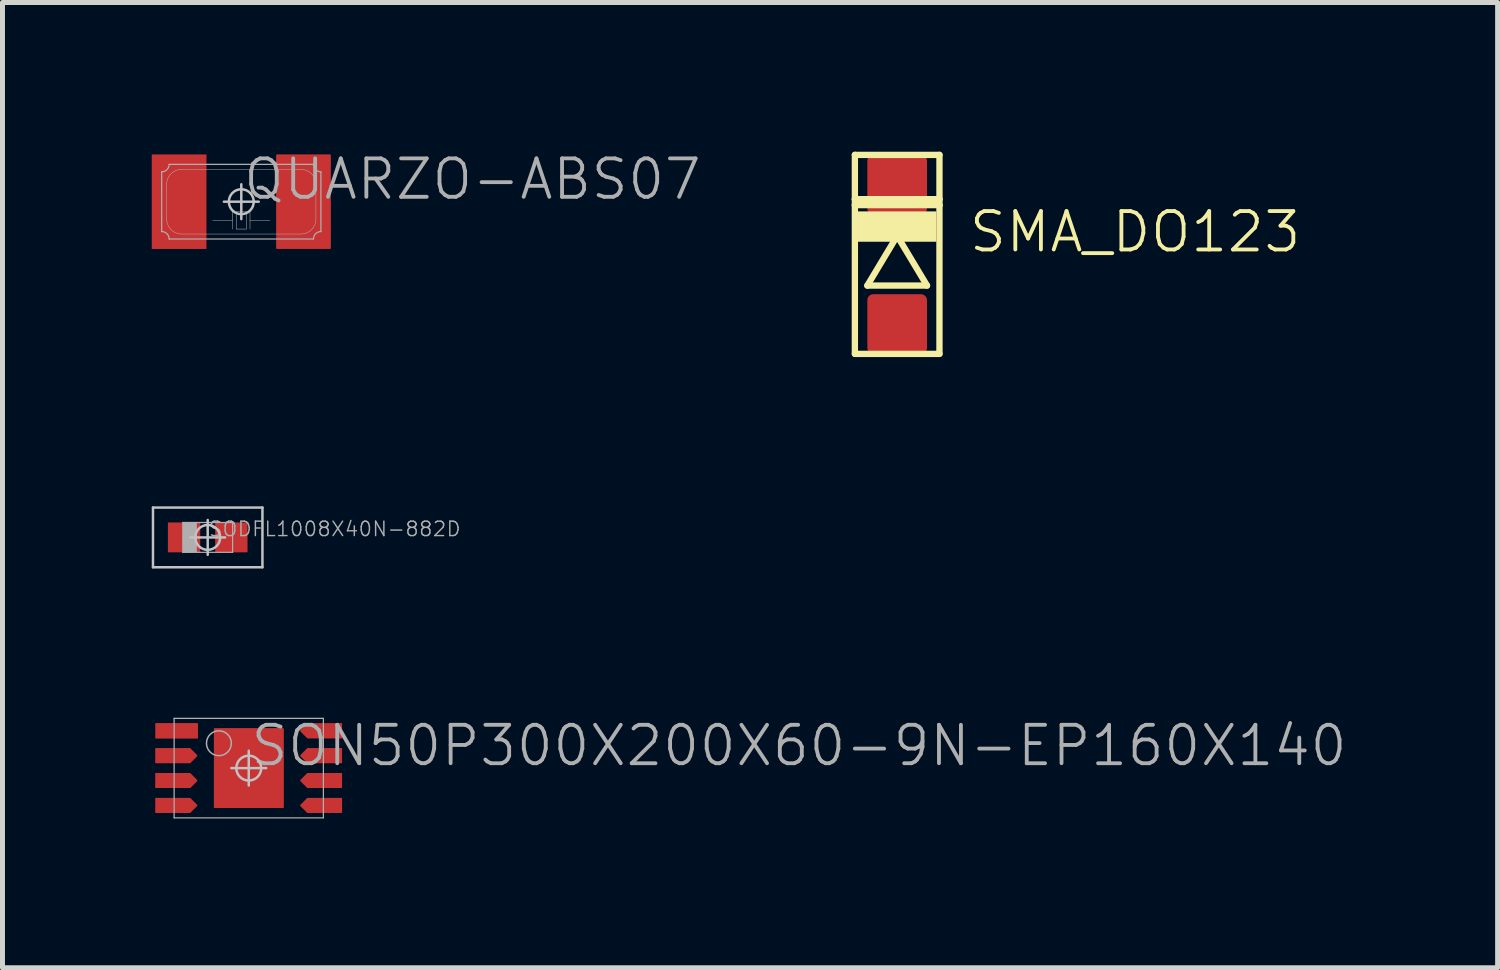
<source format=kicad_pcb>
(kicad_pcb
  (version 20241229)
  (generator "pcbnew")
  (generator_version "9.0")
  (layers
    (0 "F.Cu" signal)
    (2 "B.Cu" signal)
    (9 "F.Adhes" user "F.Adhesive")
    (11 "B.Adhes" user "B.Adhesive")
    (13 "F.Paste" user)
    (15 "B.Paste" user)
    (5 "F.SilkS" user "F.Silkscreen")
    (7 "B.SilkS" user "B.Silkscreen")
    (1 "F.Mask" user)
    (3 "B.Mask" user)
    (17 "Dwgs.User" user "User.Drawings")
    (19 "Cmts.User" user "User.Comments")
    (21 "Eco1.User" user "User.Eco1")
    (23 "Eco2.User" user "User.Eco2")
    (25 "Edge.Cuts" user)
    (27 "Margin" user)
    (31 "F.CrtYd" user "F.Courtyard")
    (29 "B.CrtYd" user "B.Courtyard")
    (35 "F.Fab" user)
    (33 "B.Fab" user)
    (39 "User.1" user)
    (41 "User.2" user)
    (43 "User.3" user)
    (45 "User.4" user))
  (footprint "SODFL1008X40N-882D"
    (layer "F.Cu")
    (at 1.125 7.752)
    (property "Reference" "SODFL1008X40N-882D" (at 0 0 0) (layer "F.Fab") (effects (font (size 0.29 0.29) (thickness 0.029)) (justify left bottom)))
    (attr through_hole)
    (fp_line (start -1.1 -0.6) (end -1.1 0.6) (stroke (width 0.05) (type solid)) (layer "Dwgs.User"))
    (fp_line (start -1.1 0.6) (end 1.1 0.6) (stroke (width 0.05) (type solid)) (layer "Dwgs.User"))
    (fp_line (start -0.35 0) (end 0.35 0) (stroke (width 0.05) (type solid)) (layer "Dwgs.User"))
    (fp_line (start 0 0.35) (end 0 -0.35) (stroke (width 0.05) (type solid)) (layer "Dwgs.User"))
    (fp_line (start 1.1 -0.6) (end -1.1 -0.6) (stroke (width 0.05) (type solid)) (layer "Dwgs.User"))
    (fp_line (start 1.1 0.6) (end 1.1 -0.6) (stroke (width 0.05) (type solid)) (layer "Dwgs.User"))
    (fp_circle (center 0 0) (end 0.25 0) (stroke (width 0.05) (type solid)) (fill no) (layer "Dwgs.User"))
    (fp_line (start -0.5 -0.3) (end -0.5 0.3) (stroke (width 0.025) (type solid)) (layer "F.Fab"))
    (fp_line (start -0.5 0.3) (end 0.5 0.3) (stroke (width 0.025) (type solid)) (layer "F.Fab"))
    (fp_line (start -0.495 -0.295) (end -0.495 0.295) (stroke (width 0.01) (type solid)) (layer "F.Fab"))
    (fp_line (start -0.495 0.295) (end -0.225 0.295) (stroke (width 0.01) (type solid)) (layer "F.Fab"))
    (fp_line (start -0.49 -0.29) (end -0.49 0.29) (stroke (width 0.01) (type solid)) (layer "F.Fab"))
    (fp_line (start -0.49 0.29) (end -0.23 0.29) (stroke (width 0.01) (type solid)) (layer "F.Fab"))
    (fp_line (start -0.48 -0.28) (end -0.48 0.28) (stroke (width 0.025) (type solid)) (layer "F.Fab"))
    (fp_line (start -0.48 0.28) (end -0.24 0.28) (stroke (width 0.025) (type solid)) (layer "F.Fab"))
    (fp_line (start -0.467 -0.268) (end -0.467 0.267) (stroke (width 0.025) (type solid)) (layer "F.Fab"))
    (fp_line (start -0.467 0.267) (end -0.252 0.267) (stroke (width 0.025) (type solid)) (layer "F.Fab"))
    (fp_line (start -0.455 -0.255) (end -0.455 0.255) (stroke (width 0.05) (type solid)) (layer "F.Fab"))
    (fp_line (start -0.455 0.255) (end -0.265 0.255) (stroke (width 0.05) (type solid)) (layer "F.Fab"))
    (fp_line (start -0.43 -0.23) (end -0.43 0.23) (stroke (width 0.1) (type solid)) (layer "F.Fab"))
    (fp_line (start -0.43 0.23) (end -0.29 0.23) (stroke (width 0.1) (type solid)) (layer "F.Fab"))
    (fp_line (start -0.38 -0.18) (end -0.38 0.18) (stroke (width 0.2) (type solid)) (layer "F.Fab"))
    (fp_line (start -0.38 0.18) (end -0.34 0.18) (stroke (width 0.2) (type solid)) (layer "F.Fab"))
    (fp_line (start -0.34 -0.18) (end -0.38 -0.18) (stroke (width 0.2) (type solid)) (layer "F.Fab"))
    (fp_line (start -0.34 0.18) (end -0.34 -0.18) (stroke (width 0.2) (type solid)) (layer "F.Fab"))
    (fp_line (start -0.29 -0.23) (end -0.43 -0.23) (stroke (width 0.1) (type solid)) (layer "F.Fab"))
    (fp_line (start -0.29 0.23) (end -0.29 -0.23) (stroke (width 0.1) (type solid)) (layer "F.Fab"))
    (fp_line (start -0.265 -0.255) (end -0.455 -0.255) (stroke (width 0.05) (type solid)) (layer "F.Fab"))
    (fp_line (start -0.265 0.255) (end -0.265 -0.255) (stroke (width 0.05) (type solid)) (layer "F.Fab"))
    (fp_line (start -0.252 -0.268) (end -0.467 -0.268) (stroke (width 0.025) (type solid)) (layer "F.Fab"))
    (fp_line (start -0.252 0.267) (end -0.252 -0.268) (stroke (width 0.025) (type solid)) (layer "F.Fab"))
    (fp_line (start -0.24 -0.28) (end -0.48 -0.28) (stroke (width 0.025) (type solid)) (layer "F.Fab"))
    (fp_line (start -0.24 0.28) (end -0.24 -0.28) (stroke (width 0.025) (type solid)) (layer "F.Fab"))
    (fp_line (start -0.23 -0.29) (end -0.49 -0.29) (stroke (width 0.01) (type solid)) (layer "F.Fab"))
    (fp_line (start -0.23 0.29) (end -0.23 -0.29) (stroke (width 0.01) (type solid)) (layer "F.Fab"))
    (fp_line (start -0.225 -0.295) (end -0.495 -0.295) (stroke (width 0.01) (type solid)) (layer "F.Fab"))
    (fp_line (start -0.225 0.295) (end -0.225 -0.295) (stroke (width 0.01) (type solid)) (layer "F.Fab"))
    (fp_line (start 0.5 -0.3) (end -0.5 -0.3) (stroke (width 0.025) (type solid)) (layer "F.Fab"))
    (fp_line (start 0.5 0.3) (end 0.5 -0.3) (stroke (width 0.025) (type solid)) (layer "F.Fab"))
    (pad "A" smd roundrect (at 0.475 0) (size 0.65 0.6) (layers "F.Cu" "F.Mask" "F.Paste") (roundrect_rratio 0.015))
    (pad "C" smd roundrect (at -0.475 0) (size 0.65 0.6) (layers "F.Cu" "F.Mask" "F.Paste") (roundrect_rratio 0.015)))
  (footprint "SON50P300X200X60-9N-EP160X140"
    (layer "F.Cu")
    (at 1.95 12.389)
    (property "Reference" "SON50P300X200X60-9N-EP160X140" (at 0 0 0) (layer "F.Fab") (effects (font (size 0.772 0.772) (thickness 0.077)) (justify left bottom)))
    (attr through_hole)
    (fp_poly (pts (xy -1.873 -0.902) (xy -1.022 -0.902) (xy -1.022 -0.597) (xy -1.873 -0.597)) (stroke (width 0) (type solid)) (fill yes) (layer "F.Cu"))
    (fp_poly (pts (xy 0.7 0.8) (xy 0.7 -0.8) (xy -0.7 -0.8) (xy -0.7 0.8)) (stroke (width 0) (type solid)) (fill yes) (layer "F.Cu"))
    (fp_poly (pts (xy -1.875 -0.4) (xy -1.175 -0.4) (xy -1.035 -0.26) (xy -1.035 -0.25) (xy -1.035 -0.24) (xy -1.175 -0.1) (xy -1.875 -0.1)) (stroke (width 0) (type solid)) (fill yes) (layer "F.Cu"))
    (fp_poly (pts (xy -1.875 0.1) (xy -1.175 0.1) (xy -1.035 0.24) (xy -1.035 0.25) (xy -1.035 0.26) (xy -1.175 0.4) (xy -1.875 0.4)) (stroke (width 0) (type solid)) (fill yes) (layer "F.Cu"))
    (fp_poly (pts (xy -1.875 0.6) (xy -1.175 0.6) (xy -1.035 0.74) (xy -1.035 0.75) (xy -1.035 0.76) (xy -1.175 0.9) (xy -1.875 0.9)) (stroke (width 0) (type solid)) (fill yes) (layer "F.Cu"))
    (fp_poly (pts (xy 1.875 -0.6) (xy 1.175 -0.6) (xy 1.035 -0.74) (xy 1.035 -0.75) (xy 1.035 -0.76) (xy 1.175 -0.9) (xy 1.875 -0.9)) (stroke (width 0) (type solid)) (fill yes) (layer "F.Cu"))
    (fp_poly (pts (xy 1.875 -0.1) (xy 1.175 -0.1) (xy 1.035 -0.24) (xy 1.035 -0.25) (xy 1.035 -0.26) (xy 1.175 -0.4) (xy 1.875 -0.4)) (stroke (width 0) (type solid)) (fill yes) (layer "F.Cu"))
    (fp_poly (pts (xy 1.875 0.4) (xy 1.175 0.4) (xy 1.035 0.26) (xy 1.035 0.25) (xy 1.035 0.24) (xy 1.175 0.1) (xy 1.875 0.1)) (stroke (width 0) (type solid)) (fill yes) (layer "F.Cu"))
    (fp_poly (pts (xy 1.875 0.9) (xy 1.175 0.9) (xy 1.035 0.76) (xy 1.035 0.75) (xy 1.035 0.74) (xy 1.175 0.6) (xy 1.875 0.6)) (stroke (width 0) (type solid)) (fill yes) (layer "F.Cu"))
    (fp_poly (pts (xy -1.95 -0.525) (xy -0.95 -0.525) (xy -0.95 -0.975) (xy -1.95 -0.975)) (stroke (width 0) (type solid)) (fill yes) (layer "F.Mask"))
    (fp_poly (pts (xy 0.775 0.875) (xy 0.775 -0.875) (xy -0.775 -0.875) (xy -0.775 0.875)) (stroke (width 0) (type solid)) (fill yes) (layer "F.Mask"))
    (fp_poly (pts (xy 1.95 -0.975) (xy 1.175 -0.975) (xy 1.067 -0.946) (xy 0.96 -0.76) (xy 0.96 -0.75) (xy 0.96 -0.74) (xy 0.989 -0.632) (xy 1.067 -0.554) (xy 1.175 -0.525) (xy 1.95 -0.525)) (stroke (width 0) (type solid)) (fill yes) (layer "F.Mask"))
    (fp_poly (pts (xy 1.95 -0.475) (xy 1.175 -0.475) (xy 1.067 -0.446) (xy 0.96 -0.26) (xy 0.96 -0.25) (xy 0.96 -0.24) (xy 0.989 -0.133) (xy 1.067 -0.054) (xy 1.175 -0.025) (xy 1.95 -0.025)) (stroke (width 0) (type solid)) (fill yes) (layer "F.Mask"))
    (fp_poly (pts (xy 1.95 0.025) (xy 1.175 0.025) (xy 1.067 0.054) (xy 0.96 0.24) (xy 0.96 0.25) (xy 0.96 0.26) (xy 0.989 0.367) (xy 1.067 0.446) (xy 1.175 0.475) (xy 1.95 0.475)) (stroke (width 0) (type solid)) (fill yes) (layer "F.Mask"))
    (fp_poly (pts (xy 1.95 0.525) (xy 1.175 0.525) (xy 1.067 0.554) (xy 0.96 0.74) (xy 0.96 0.75) (xy 0.96 0.76) (xy 0.989 0.868) (xy 1.067 0.946) (xy 1.175 0.975) (xy 1.95 0.975)) (stroke (width 0) (type solid)) (fill yes) (layer "F.Mask"))
    (fp_poly (pts (xy -1.95 -0.025) (xy -1.175 -0.025) (xy -1.067 -0.054) (xy -0.989 -0.133) (xy -0.96 -0.24) (xy -0.96 -0.25) (xy -0.96 -0.26) (xy -0.989 -0.367) (xy -1.067 -0.446) (xy -1.175 -0.475) (xy -1.95 -0.475)) (stroke (width 0) (type solid)) (fill yes) (layer "F.Mask"))
    (fp_poly (pts (xy -1.95 0.475) (xy -1.175 0.475) (xy -1.067 0.446) (xy -0.989 0.367) (xy -0.96 0.26) (xy -0.96 0.25) (xy -0.96 0.24) (xy -0.989 0.133) (xy -1.067 0.054) (xy -1.175 0.025) (xy -1.95 0.025)) (stroke (width 0) (type solid)) (fill yes) (layer "F.Mask"))
    (fp_poly (pts (xy -1.95 0.975) (xy -1.175 0.975) (xy -1.067 0.946) (xy -0.989 0.868) (xy -0.96 0.76) (xy -0.96 0.75) (xy -0.96 0.74) (xy -0.989 0.632) (xy -1.067 0.554) (xy -1.175 0.525) (xy -1.95 0.525)) (stroke (width 0) (type solid)) (fill yes) (layer "F.Mask"))
    (fp_poly (pts (xy -1.875 -0.6) (xy -1.025 -0.6) (xy -1.025 -0.9) (xy -1.875 -0.9)) (stroke (width 0) (type solid)) (fill yes) (layer "F.Paste"))
    (fp_poly (pts (xy -0.65 -0.1) (xy -0.1 -0.1) (xy -0.1 -0.75) (xy -0.65 -0.75)) (stroke (width 0) (type solid)) (fill yes) (layer "F.Paste"))
    (fp_poly (pts (xy -0.65 0.75) (xy -0.1 0.75) (xy -0.1 0.1) (xy -0.65 0.1)) (stroke (width 0) (type solid)) (fill yes) (layer "F.Paste"))
    (fp_poly (pts (xy 0.1 -0.1) (xy 0.65 -0.1) (xy 0.65 -0.75) (xy 0.1 -0.75)) (stroke (width 0) (type solid)) (fill yes) (layer "F.Paste"))
    (fp_poly (pts (xy 0.1 0.75) (xy 0.65 0.75) (xy 0.65 0.1) (xy 0.1 0.1)) (stroke (width 0) (type solid)) (fill yes) (layer "F.Paste"))
    (fp_poly (pts (xy -1.875 -0.4) (xy -1.175 -0.4) (xy -1.035 -0.26) (xy -1.035 -0.24) (xy -1.175 -0.1) (xy -1.875 -0.1)) (stroke (width 0) (type solid)) (fill yes) (layer "F.Paste"))
    (fp_poly (pts (xy -1.875 0.1) (xy -1.175 0.1) (xy -1.035 0.24) (xy -1.035 0.26) (xy -1.175 0.4) (xy -1.875 0.4)) (stroke (width 0) (type solid)) (fill yes) (layer "F.Paste"))
    (fp_poly (pts (xy -1.875 0.6) (xy -1.175 0.6) (xy -1.035 0.74) (xy -1.035 0.76) (xy -1.175 0.9) (xy -1.875 0.9)) (stroke (width 0) (type solid)) (fill yes) (layer "F.Paste"))
    (fp_poly (pts (xy 1.87 -0.6) (xy 1.17 -0.6) (xy 1.03 -0.74) (xy 1.03 -0.76) (xy 1.17 -0.9) (xy 1.87 -0.9)) (stroke (width 0) (type solid)) (fill yes) (layer "F.Paste"))
    (fp_poly (pts (xy 1.875 -0.1) (xy 1.175 -0.1) (xy 1.035 -0.24) (xy 1.035 -0.26) (xy 1.175 -0.4) (xy 1.875 -0.4)) (stroke (width 0) (type solid)) (fill yes) (layer "F.Paste"))
    (fp_poly (pts (xy 1.875 0.4) (xy 1.175 0.4) (xy 1.035 0.26) (xy 1.035 0.24) (xy 1.175 0.1) (xy 1.875 0.1)) (stroke (width 0) (type solid)) (fill yes) (layer "F.Paste"))
    (fp_poly (pts (xy 1.875 0.9) (xy 1.175 0.9) (xy 1.035 0.76) (xy 1.035 0.74) (xy 1.175 0.6) (xy 1.875 0.6)) (stroke (width 0) (type solid)) (fill yes) (layer "F.Paste"))
    (fp_line (start -0.35 0) (end 0.35 0) (stroke (width 0.05) (type solid)) (layer "Dwgs.User"))
    (fp_line (start 0 -0.35) (end 0 0.35) (stroke (width 0.05) (type solid)) (layer "Dwgs.User"))
    (fp_circle (center 0 0) (end 0.25 0) (stroke (width 0.05) (type solid)) (fill no) (layer "Dwgs.User"))
    (fp_line (start -1.5 -1) (end -1.5 1) (stroke (width 0.025) (type solid)) (layer "F.Fab"))
    (fp_line (start -1.5 1) (end 1.5 1) (stroke (width 0.025) (type solid)) (layer "F.Fab"))
    (fp_line (start 1.5 -1) (end -1.5 -1) (stroke (width 0.025) (type solid)) (layer "F.Fab"))
    (fp_line (start 1.5 1) (end 1.5 -1) (stroke (width 0.025) (type solid)) (layer "F.Fab"))
    (fp_circle (center -0.6 -0.5) (end -0.35 -0.5) (stroke (width 0.03) (type solid)) (fill no) (layer "F.Fab"))
    (pad "1" smd rect (at -1.45 -0.75 270) (size 0.3 0.85) (layers "F.Cu" "F.Mask"))
    (pad "2" smd roundrect (at -1.525 -0.25 270) (size 0.3 0.7) (layers "F.Cu" "F.Mask") (roundrect_rratio 0.015))
    (pad "3" smd roundrect (at -1.525 0.25 270) (size 0.3 0.7) (layers "F.Cu" "F.Mask") (roundrect_rratio 0.015))
    (pad "4" smd roundrect (at -1.525 0.75 270) (size 0.3 0.7) (layers "F.Cu" "F.Mask") (roundrect_rratio 0.015))
    (pad "5" smd roundrect (at 1.525 0.75 270) (size 0.3 0.7) (layers "F.Cu" "F.Mask") (roundrect_rratio 0.015))
    (pad "6" smd roundrect (at 1.525 0.25 270) (size 0.3 0.7) (layers "F.Cu" "F.Mask") (roundrect_rratio 0.015))
    (pad "7" smd roundrect (at 1.525 -0.25 270) (size 0.3 0.7) (layers "F.Cu" "F.Mask") (roundrect_rratio 0.015))
    (pad "8" smd roundrect (at 1.525 -0.75 270) (size 0.3 0.7) (layers "F.Cu" "F.Mask") (roundrect_rratio 0.015))
    (pad "9" smd roundrect (at 0 0 270) (size 1.6 1.4) (layers "F.Cu" "F.Mask") (roundrect_rratio 0.015)))
  (footprint "SMA_DO123"
    (layer "F.Cu")
    (at 14.983 2.063)
    (property "Reference" "SMA_DO123" (at 1.405 0 0) (layer "F.SilkS") (effects (font (size 0.772 0.772) (thickness 0.077)) (justify left bottom)))
    (attr through_hole)
    (fp_line (start -0.85 -2) (end -0.85 -1.11) (stroke (width 0.127) (type solid)) (layer "F.SilkS"))
    (fp_line (start -0.85 -1.11) (end -0.85 -0.99) (stroke (width 0.127) (type solid)) (layer "F.SilkS"))
    (fp_line (start -0.85 -0.99) (end -0.85 2) (stroke (width 0.127) (type solid)) (layer "F.SilkS"))
    (fp_line (start -0.6 0.627) (end 0.6 0.627) (stroke (width 0.127) (type solid)) (layer "F.SilkS"))
    (fp_line (start 0 -0.373) (end -0.6 0.627) (stroke (width 0.127) (type solid)) (layer "F.SilkS"))
    (fp_line (start 0.6 0.627) (end 0 -0.373) (stroke (width 0.127) (type solid)) (layer "F.SilkS"))
    (fp_line (start 0.85 -2) (end -0.85 -2) (stroke (width 0.127) (type solid)) (layer "F.SilkS"))
    (fp_line (start 0.85 -2) (end 0.85 -1.11) (stroke (width 0.127) (type solid)) (layer "F.SilkS"))
    (fp_line (start 0.85 -1.11) (end -0.85 -1.11) (stroke (width 0.127) (type solid)) (layer "F.SilkS"))
    (fp_line (start 0.85 -1.11) (end 0.85 -0.99) (stroke (width 0.127) (type solid)) (layer "F.SilkS"))
    (fp_line (start 0.85 -0.99) (end -0.85 -0.99) (stroke (width 0.127) (type solid)) (layer "F.SilkS"))
    (fp_line (start 0.85 -0.99) (end 0.85 2) (stroke (width 0.127) (type solid)) (layer "F.SilkS"))
    (fp_line (start 0.85 2) (end -0.85 2) (stroke (width 0.127) (type solid)) (layer "F.SilkS"))
    (fp_poly (pts (xy -0.787 -0.864) (xy -0.787 -0.254) (xy 0.787 -0.254) (xy 0.787 -0.864)) (stroke (width 0) (type solid)) (fill yes) (layer "F.SilkS"))
    (pad "A" smd roundrect (at 0 1.4) (size 1.2 1.2) (layers "F.Cu" "F.Mask" "F.Paste") (roundrect_rratio 0.1))
    (pad "C" smd roundrect (at 0 -1.4) (size 1.2 1.2) (layers "F.Cu" "F.Mask" "F.Paste") (roundrect_rratio 0.1)))
  (footprint "QUARZO-ABS07"
    (layer "F.Cu")
    (at 1.8 1.004)
    (property "Reference" "QUARZO-ABS07" (at 0 0 0) (layer "F.Fab") (effects (font (size 0.772 0.772) (thickness 0.077)) (justify left bottom)))
    (attr through_hole)
    (fp_line (start -0.35 0) (end 0.35 0) (stroke (width 0.05) (type solid)) (layer "Dwgs.User"))
    (fp_line (start 0 0.35) (end 0 -0.35) (stroke (width 0.05) (type solid)) (layer "Dwgs.User"))
    (fp_circle (center 0 0) (end 0.25 0) (stroke (width 0.05) (type solid)) (fill no) (layer "Dwgs.User"))
    (fp_line (start -1.6 0.6) (end -1.6 -0.6) (stroke (width 0.025) (type solid)) (layer "F.Fab"))
    (fp_line (start -1.5 0.35) (end -1.5 -0.35) (stroke (width 0.01) (type solid)) (layer "F.Fab"))
    (fp_line (start -1.45 -0.75) (end 1.45 -0.75) (stroke (width 0.025) (type solid)) (layer "F.Fab"))
    (fp_line (start -1.2 -0.65) (end 1.2 -0.65) (stroke (width 0.01) (type solid)) (layer "F.Fab"))
    (fp_line (start -0.175 0.2) (end -0.175 0.55) (stroke (width 0.01) (type solid)) (layer "F.Fab"))
    (fp_line (start -0.175 0.375) (end -0.575 0.375) (stroke (width 0.01) (type solid)) (layer "F.Fab"))
    (fp_line (start -0.1 0.2) (end -0.1 0.55) (stroke (width 0.01) (type solid)) (layer "F.Fab"))
    (fp_line (start -0.1 0.55) (end 0.1 0.55) (stroke (width 0.01) (type solid)) (layer "F.Fab"))
    (fp_line (start 0.1 0.2) (end -0.1 0.2) (stroke (width 0.01) (type solid)) (layer "F.Fab"))
    (fp_line (start 0.1 0.55) (end 0.1 0.2) (stroke (width 0.01) (type solid)) (layer "F.Fab"))
    (fp_line (start 0.175 0.2) (end 0.175 0.55) (stroke (width 0.01) (type solid)) (layer "F.Fab"))
    (fp_line (start 0.175 0.375) (end 0.575 0.375) (stroke (width 0.01) (type solid)) (layer "F.Fab"))
    (fp_line (start 1.2 0.65) (end -1.2 0.65) (stroke (width 0.01) (type solid)) (layer "F.Fab"))
    (fp_line (start 1.45 0.75) (end -1.45 0.75) (stroke (width 0.025) (type solid)) (layer "F.Fab"))
    (fp_line (start 1.5 -0.35) (end 1.5 0.35) (stroke (width 0.01) (type solid)) (layer "F.Fab"))
    (fp_line (start 1.6 -0.6) (end 1.6 0.6) (stroke (width 0.025) (type solid)) (layer "F.Fab"))
    (fp_arc (start -1.6 0.6) (mid -1.493934 0.643934) (end -1.45 0.75) (stroke (width 0.025) (type solid)) (layer "F.Fab"))
    (fp_arc (start -1.5 -0.35) (mid -1.412132 -0.562132) (end -1.2 -0.65) (stroke (width 0.01) (type solid)) (layer "F.Fab"))
    (fp_arc (start -1.45 -0.75) (mid -1.493934 -0.643934) (end -1.6 -0.6) (stroke (width 0.025) (type solid)) (layer "F.Fab"))
    (fp_arc (start -1.2 0.65) (mid -1.412132 0.562132) (end -1.5 0.35) (stroke (width 0.01) (type solid)) (layer "F.Fab"))
    (fp_arc (start 1.2 -0.65) (mid 1.412132 -0.562132) (end 1.5 -0.35) (stroke (width 0.01) (type solid)) (layer "F.Fab"))
    (fp_arc (start 1.45 0.75) (mid 1.493934 0.643934) (end 1.6 0.6) (stroke (width 0.025) (type solid)) (layer "F.Fab"))
    (fp_arc (start 1.5 0.35) (mid 1.412132 0.562132) (end 1.2 0.65) (stroke (width 0.01) (type solid)) (layer "F.Fab"))
    (fp_arc (start 1.6 -0.6) (mid 1.493934 -0.643934) (end 1.45 -0.75) (stroke (width 0.025) (type solid)) (layer "F.Fab"))
    (pad "1" smd rect (at -1.25 0) (size 1.1 1.9) (layers "F.Cu" "F.Mask" "F.Paste"))
    (pad "2" smd roundrect (at 1.25 0) (size 1.1 1.9) (layers "F.Cu" "F.Mask" "F.Paste") (roundrect_rratio 0.015)))
  (gr_rect
    (start -3 -3)
    (end 27.052 16.402)
    (stroke (width 0.1) (type default))
    (fill no)
    (layer "Edge.Cuts")))
</source>
